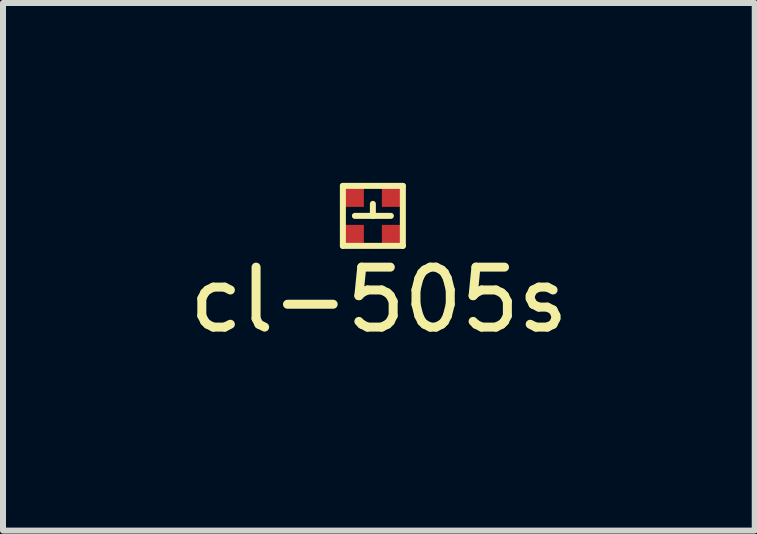
<source format=kicad_pcb>
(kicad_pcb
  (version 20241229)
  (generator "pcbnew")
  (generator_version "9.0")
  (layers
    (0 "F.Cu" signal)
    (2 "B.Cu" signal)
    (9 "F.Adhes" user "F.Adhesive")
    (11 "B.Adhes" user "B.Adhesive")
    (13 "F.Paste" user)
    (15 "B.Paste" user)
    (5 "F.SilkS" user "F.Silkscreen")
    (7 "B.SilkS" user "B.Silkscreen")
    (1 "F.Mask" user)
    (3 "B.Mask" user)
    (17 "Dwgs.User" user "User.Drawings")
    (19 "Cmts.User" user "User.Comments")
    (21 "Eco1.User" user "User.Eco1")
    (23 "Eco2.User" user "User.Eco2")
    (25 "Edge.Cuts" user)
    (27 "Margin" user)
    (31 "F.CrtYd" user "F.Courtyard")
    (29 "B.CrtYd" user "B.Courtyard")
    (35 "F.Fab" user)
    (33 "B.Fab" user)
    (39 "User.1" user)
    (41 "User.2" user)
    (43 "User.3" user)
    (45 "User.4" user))
  (footprint "cl-505s"
    (layer "F.Cu")
    (at 3.168 0.55)
    (property "Reference" "cl-505s" (at 0.1 1.4 0) (layer "F.SilkS") (effects (font (size 1 1) (thickness 0.15))))
    (attr through_hole)
    (fp_line (start -0.5 -0.5) (end 0.5 -0.5) (stroke (width 0.1) (type solid)) (layer "F.SilkS"))
    (fp_line (start -0.5 0.5) (end -0.5 -0.5) (stroke (width 0.1) (type solid)) (layer "F.SilkS"))
    (fp_line (start -0.3 0) (end 0.3 0) (stroke (width 0.1) (type solid)) (layer "F.SilkS"))
    (fp_line (start 0 0) (end 0 -0.2) (stroke (width 0.1) (type solid)) (layer "F.SilkS"))
    (fp_line (start 0.5 -0.5) (end 0.5 0.5) (stroke (width 0.1) (type solid)) (layer "F.SilkS"))
    (fp_line (start 0.5 0.5) (end -0.5 0.5) (stroke (width 0.1) (type solid)) (layer "F.SilkS"))
    (pad "1" smd rect (at 0.325 0.325) (size 0.35 0.35) (layers "F.Cu" "F.Mask" "F.Paste"))
    (pad "2" smd rect (at 0.325 -0.325) (size 0.35 0.35) (layers "F.Cu" "F.Mask" "F.Paste"))
    (pad "3" smd rect (at -0.325 -0.325) (size 0.35 0.35) (layers "F.Cu" "F.Mask" "F.Paste"))
    (pad "4" smd rect (at -0.325 0.325) (size 0.35 0.35) (layers "F.Cu" "F.Mask" "F.Paste")))
  (gr_rect
    (start -3 -3)
    (end 9.536 5.798)
    (stroke (width 0.1) (type default))
    (fill no)
    (layer "Edge.Cuts")))
</source>
